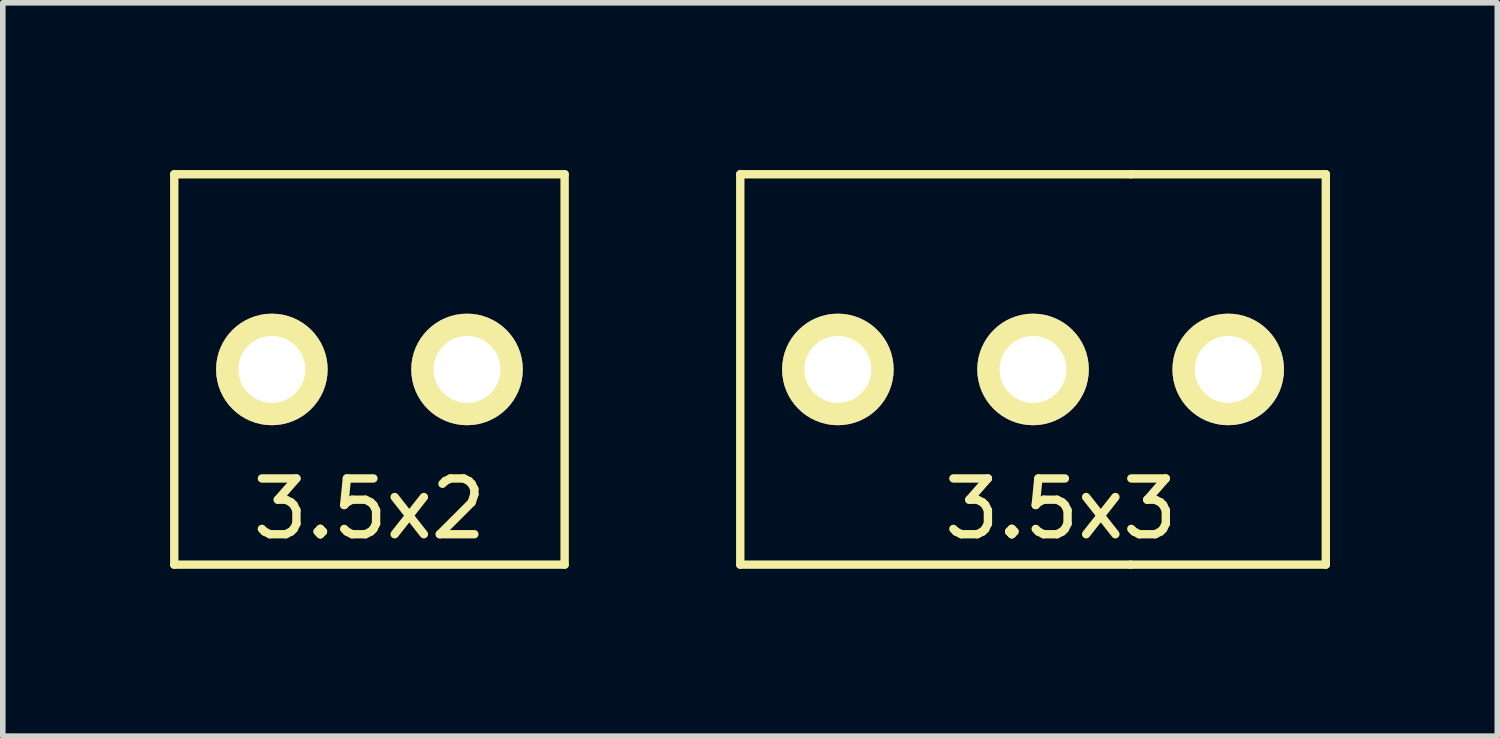
<source format=kicad_pcb>
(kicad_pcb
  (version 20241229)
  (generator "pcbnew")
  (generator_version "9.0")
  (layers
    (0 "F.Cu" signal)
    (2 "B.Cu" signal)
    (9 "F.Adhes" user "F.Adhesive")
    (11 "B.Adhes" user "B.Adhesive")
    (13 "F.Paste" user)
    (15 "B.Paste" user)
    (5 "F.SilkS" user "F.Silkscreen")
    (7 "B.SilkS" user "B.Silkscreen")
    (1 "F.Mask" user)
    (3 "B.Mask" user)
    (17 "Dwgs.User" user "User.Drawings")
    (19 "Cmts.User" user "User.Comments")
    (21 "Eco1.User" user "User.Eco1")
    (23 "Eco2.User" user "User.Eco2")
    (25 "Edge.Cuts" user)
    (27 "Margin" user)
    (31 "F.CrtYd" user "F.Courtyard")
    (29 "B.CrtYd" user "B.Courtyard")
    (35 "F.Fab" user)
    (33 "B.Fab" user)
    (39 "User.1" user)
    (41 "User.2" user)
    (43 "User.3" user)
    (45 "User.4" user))
  (footprint "3.5x2"
    (layer "F.Cu")
    (at 3.575 3.575)
    (property "Reference" "3.5x2" (at 0 2.5 0) (layer "F.SilkS") (effects (font (size 1 1) (thickness 0.15))))
    (attr through_hole)
    (fp_line (start -3.5 -3.5) (end -3.5 3.5) (stroke (width 0.15) (type solid)) (layer "F.SilkS"))
    (fp_line (start -3.5 -3.5) (end 3.5 -3.5) (stroke (width 0.15) (type solid)) (layer "F.SilkS"))
    (fp_line (start 3.5 -3.5) (end 3.5 3.5) (stroke (width 0.15) (type solid)) (layer "F.SilkS"))
    (fp_line (start 3.5 3.5) (end -3.5 3.5) (stroke (width 0.15) (type solid)) (layer "F.SilkS"))
    (pad "1" thru_hole circle (at -1.75 0) (size 2 2) (drill 1.2) (layers "*.Cu" "*.Mask" "F.SilkS"))
    (pad "2" thru_hole circle (at 1.75 0) (size 2 2) (drill 1.2) (layers "*.Cu" "*.Mask" "F.SilkS")))
  (footprint "3.5x3"
    (layer "F.Cu")
    (at 13.725 3.575)
    (property "Reference" "3.5x3" (at 2.25 2.5 0) (layer "F.SilkS") (effects (font (size 1 1) (thickness 0.15))))
    (attr through_hole)
    (fp_line (start -3.5 -3.5) (end -3.5 3.5) (stroke (width 0.15) (type solid)) (layer "F.SilkS"))
    (fp_line (start -3.5 -3.5) (end 3.5 -3.5) (stroke (width 0.15) (type solid)) (layer "F.SilkS"))
    (fp_line (start 3.5 -3.5) (end 7 -3.5) (stroke (width 0.15) (type solid)) (layer "F.SilkS"))
    (fp_line (start 3.5 3.5) (end -3.5 3.5) (stroke (width 0.15) (type solid)) (layer "F.SilkS"))
    (fp_line (start 7 -3.5) (end 7 3.5) (stroke (width 0.15) (type solid)) (layer "F.SilkS"))
    (fp_line (start 7 3.5) (end 3.5 3.5) (stroke (width 0.15) (type solid)) (layer "F.SilkS"))
    (pad "1" thru_hole circle (at -1.75 0) (size 2 2) (drill 1.2) (layers "*.Cu" "*.Mask" "F.SilkS"))
    (pad "2" thru_hole circle (at 1.75 0) (size 2 2) (drill 1.2) (layers "*.Cu" "*.Mask" "F.SilkS"))
    (pad "3" thru_hole circle (at 5.25 0) (size 2 2) (drill 1.2) (layers "*.Cu" "*.Mask" "F.SilkS")))
  (gr_rect
    (start -3 -3)
    (end 23.8 10.15)
    (stroke (width 0.1) (type default))
    (fill no)
    (layer "Edge.Cuts")))
</source>
